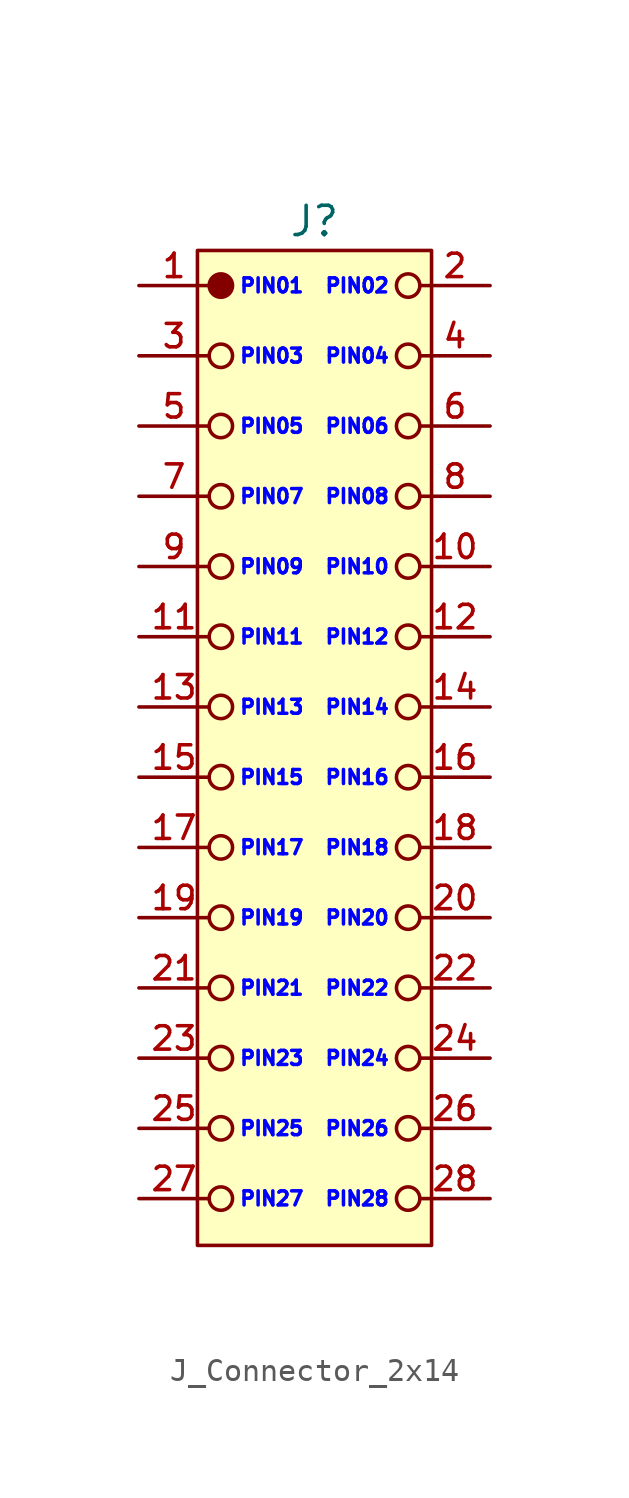
<source format=kicad_sym>
(kicad_symbol_lib
  (version 20241209)
  (generator "kicad_symbol_editor")
  (generator_version "9.0")
  (symbol "J_Connector_2x14"
    (pin_names
      (offset 0)
      (hide yes))
    (property "Reference" "J"
      (at 7.5 2.75 0)
      (do_not_autoplace)
      (effects (font (size 1.25 1.25))))
    (property "PIN_01" "PIN01"
      (at 4.25 0 0)
      (do_not_autoplace)
      (effects (font (size 0.6 0.6) (color 0 0 255 1)) (justify left)))
    (property "PIN_02" "PIN02"
      (at 10.75 0 0)
      (do_not_autoplace)
      (effects (font (size 0.6 0.6) (color 0 0 255 1)) (justify right)))
    (property "PIN_03" "PIN03"
      (at 4.25 -3 0)
      (do_not_autoplace)
      (effects (font (size 0.6 0.6) (color 0 0 255 1)) (justify left)))
    (property "PIN_04" "PIN04"
      (at 10.75 -3 0)
      (do_not_autoplace)
      (effects (font (size 0.6 0.6) (color 0 0 255 1)) (justify right)))
    (property "PIN_05" "PIN05"
      (at 4.25 -6 0)
      (do_not_autoplace)
      (effects (font (size 0.6 0.6) (color 0 0 255 1)) (justify left)))
    (property "PIN_06" "PIN06"
      (at 10.75 -6 0)
      (do_not_autoplace)
      (effects (font (size 0.6 0.6) (color 0 0 255 1)) (justify right)))
    (property "PIN_07" "PIN07"
      (at 4.25 -9 0)
      (do_not_autoplace)
      (effects (font (size 0.6 0.6) (color 0 0 255 1)) (justify left)))
    (property "PIN_08" "PIN08"
      (at 10.75 -9 0)
      (do_not_autoplace)
      (effects (font (size 0.6 0.6) (color 0 0 255 1)) (justify right)))
    (property "PIN_09" "PIN09"
      (at 4.25 -12 0)
      (do_not_autoplace)
      (effects (font (size 0.6 0.6) (color 0 0 255 1)) (justify left)))
    (property "PIN_10" "PIN10"
      (at 10.75 -12 0)
      (do_not_autoplace)
      (effects (font (size 0.6 0.6) (color 0 0 255 1)) (justify right)))
    (property "PIN_11" "PIN11"
      (at 4.25 -15 0)
      (do_not_autoplace)
      (effects (font (size 0.6 0.6) (color 0 0 255 1)) (justify left)))
    (property "PIN_12" "PIN12"
      (at 10.75 -15 0)
      (do_not_autoplace)
      (effects (font (size 0.6 0.6) (color 0 0 255 1)) (justify right)))
    (property "PIN_13" "PIN13"
      (at 4.25 -18 0)
      (do_not_autoplace)
      (effects (font (size 0.6 0.6) (color 0 0 255 1)) (justify left)))
    (property "PIN_14" "PIN14"
      (at 10.75 -18 0)
      (do_not_autoplace)
      (effects (font (size 0.6 0.6) (color 0 0 255 1)) (justify right)))
    (property "PIN_15" "PIN15"
      (at 4.25 -21 0)
      (do_not_autoplace)
      (effects (font (size 0.6 0.6) (color 0 0 255 1)) (justify left)))
    (property "PIN_16" "PIN16"
      (at 10.75 -21 0)
      (do_not_autoplace)
      (effects (font (size 0.6 0.6) (color 0 0 255 1)) (justify right)))
    (property "PIN_17" "PIN17"
      (at 4.25 -24 0)
      (effects (font (size 0.6 0.6) (color 0 0 255 1)) (justify left)))
    (property "PIN_18" "PIN18"
      (at 10.75 -24 0)
      (effects (font (size 0.6 0.6) (color 0 0 255 1)) (justify right)))
    (property "PIN_19" "PIN19"
      (at 4.25 -27 0)
      (effects (font (size 0.6 0.6) (color 0 0 255 1)) (justify left)))
    (property "PIN_20" "PIN20"
      (at 10.75 -27 0)
      (effects (font (size 0.6 0.6) (color 0 0 255 1)) (justify right)))
    (property "PIN_21" "PIN21"
      (at 4.25 -30 0)
      (effects (font (size 0.6 0.6) (color 0 0 255 1)) (justify left)))
    (property "PIN_22" "PIN22"
      (at 10.75 -30 0)
      (effects (font (size 0.6 0.6) (color 0 0 255 1)) (justify right)))
    (property "PIN_23" "PIN23"
      (at 4.25 -33 0)
      (effects (font (size 0.6 0.6) (color 0 0 255 1)) (justify left)))
    (property "PIN_24" "PIN24"
      (at 10.75 -33 0)
      (effects (font (size 0.6 0.6) (color 0 0 255 1)) (justify right)))
    (property "PIN_25" "PIN25"
      (at 4.25 -36 0)
      (effects (font (size 0.6 0.6) (color 0 0 255 1)) (justify left)))
    (property "PIN_26" "PIN26"
      (at 10.75 -36 0)
      (effects (font (size 0.6 0.6) (color 0 0 255 1)) (justify right)))
    (property "PIN_27" "PIN27"
      (at 4.25 -39 0)
      (effects (font (size 0.6 0.6) (color 0 0 255 1)) (justify left)))
    (property "PIN_28" "PIN28"
      (at 10.75 -39 0)
      (effects (font (size 0.6 0.6) (color 0 0 255 1)) (justify right)))
    (symbol "J_Connector_2x14_0_1"
      (circle (center 3.5 -3) (radius 0.5) (stroke (width 0) (type default)) (fill (type none)))
      (circle (center 3.5 -6) (radius 0.5) (stroke (width 0) (type default)) (fill (type none)))
      (circle (center 3.5 -9) (radius 0.5) (stroke (width 0) (type default)) (fill (type none)))
      (circle (center 3.5 -12) (radius 0.5) (stroke (width 0) (type default)) (fill (type none)))
      (circle (center 3.5 -15) (radius 0.5) (stroke (width 0) (type default)) (fill (type none)))
      (circle (center 3.5 -18) (radius 0.5) (stroke (width 0) (type default)) (fill (type none)))
      (circle (center 3.5 -21) (radius 0.5) (stroke (width 0) (type default)) (fill (type none)))
      (circle (center 3.5 -27) (radius 0.5) (stroke (width 0) (type default)) (fill (type none)))
      (circle (center 3.5 -30) (radius 0.5) (stroke (width 0) (type default)) (fill (type none)))
      (circle (center 3.5 -33) (radius 0.5) (stroke (width 0) (type default)) (fill (type none)))
      (circle (center 3.5 -36) (radius 0.5) (stroke (width 0) (type default)) (fill (type none)))
      (circle (center 3.5 -39) (radius 0.5) (stroke (width 0) (type default)) (fill (type none)))
      (circle (center 11.5 0) (radius 0.5) (stroke (width 0) (type default)) (fill (type none)))
      (circle (center 11.5 -3) (radius 0.5) (stroke (width 0) (type default)) (fill (type none)))
      (circle (center 11.5 -6) (radius 0.5) (stroke (width 0) (type default)) (fill (type none)))
      (circle (center 11.5 -9) (radius 0.5) (stroke (width 0) (type default)) (fill (type none)))
      (circle (center 11.5 -12) (radius 0.5) (stroke (width 0) (type default)) (fill (type none)))
      (circle (center 11.5 -15) (radius 0.5) (stroke (width 0) (type default)) (fill (type none)))
      (circle (center 11.5 -18) (radius 0.5) (stroke (width 0) (type default)) (fill (type none)))
      (circle (center 11.5 -21) (radius 0.5) (stroke (width 0) (type default)) (fill (type none)))
      (circle (center 11.5 -24) (radius 0.5) (stroke (width 0) (type default)) (fill (type none)))
      (circle (center 11.5 -27) (radius 0.5) (stroke (width 0) (type default)) (fill (type none)))
      (circle (center 11.5 -30) (radius 0.5) (stroke (width 0) (type default)) (fill (type none)))
      (circle (center 11.5 -33) (radius 0.5) (stroke (width 0) (type default)) (fill (type none)))
      (circle (center 11.5 -36) (radius 0.5) (stroke (width 0) (type default)) (fill (type none)))
      (circle (center 11.5 -39) (radius 0.5) (stroke (width 0) (type default)) (fill (type none))))
    (symbol "J_Connector_2x14_1_1"
      (rectangle (start 2.5 1.5) (end 12.5 -41) (stroke (width 0) (type default)) (fill (type background)))
      (circle (center 3.5 0) (radius 0.5) (stroke (width 0) (type default)) (fill (type outline)))
      (circle (center 3.5 -24) (radius 0.5) (stroke (width 0) (type default)) (fill (type none)))
      (pin passive line (at 0 0 0) (length 3) (name "1" (effects (font (size 1 1)))) (number "1" (effects (font (size 1 1)))))
      (pin passive line (at 0 -3 0) (length 3) (name "3" (effects (font (size 1 1)))) (number "3" (effects (font (size 1 1)))))
      (pin passive line (at 0 -6 0) (length 3) (name "5" (effects (font (size 1 1)))) (number "5" (effects (font (size 1 1)))))
      (pin passive line (at 0 -9 0) (length 3) (name "7" (effects (font (size 1 1)))) (number "7" (effects (font (size 1 1)))))
      (pin passive line (at 0 -12 0) (length 3) (name "9" (effects (font (size 1 1)))) (number "9" (effects (font (size 1 1)))))
      (pin passive line (at 0 -15 0) (length 3) (name "11" (effects (font (size 1 1)))) (number "11" (effects (font (size 1 1)))))
      (pin passive line (at 0 -18 0) (length 3) (name "13" (effects (font (size 1 1)))) (number "13" (effects (font (size 1 1)))))
      (pin passive line (at 0 -21 0) (length 3) (name "15" (effects (font (size 1 1)))) (number "15" (effects (font (size 1 1)))))
      (pin passive line (at 0 -24 0) (length 3) (name "17" (effects (font (size 1 1)))) (number "17" (effects (font (size 1 1)))))
      (pin passive line (at 0 -27 0) (length 3) (name "19" (effects (font (size 1 1)))) (number "19" (effects (font (size 1 1)))))
      (pin passive line (at 0 -30 0) (length 3) (name "21" (effects (font (size 1 1)))) (number "21" (effects (font (size 1 1)))))
      (pin passive line (at 0 -33 0) (length 3) (name "23" (effects (font (size 1 1)))) (number "23" (effects (font (size 1 1)))))
      (pin passive line (at 0 -36 0) (length 3) (name "25" (effects (font (size 1 1)))) (number "25" (effects (font (size 1 1)))))
      (pin passive line (at 0 -39 0) (length 3) (name "27" (effects (font (size 1 1)))) (number "27" (effects (font (size 1 1)))))
      (pin passive line (at 15 0 180) (length 3) (name "2" (effects (font (size 1 1)))) (number "2" (effects (font (size 1 1)))))
      (pin passive line (at 15 -3 180) (length 3) (name "4" (effects (font (size 1 1)))) (number "4" (effects (font (size 1 1)))))
      (pin passive line (at 15 -6 180) (length 3) (name "6" (effects (font (size 1 1)))) (number "6" (effects (font (size 1 1)))))
      (pin passive line (at 15 -9 180) (length 3) (name "8" (effects (font (size 1 1)))) (number "8" (effects (font (size 1 1)))))
      (pin passive line (at 15 -12 180) (length 3) (name "10" (effects (font (size 1 1)))) (number "10" (effects (font (size 1 1)))))
      (pin passive line (at 15 -15 180) (length 3) (name "12" (effects (font (size 1 1)))) (number "12" (effects (font (size 1 1)))))
      (pin passive line (at 15 -18 180) (length 3) (name "14" (effects (font (size 1 1)))) (number "14" (effects (font (size 1 1)))))
      (pin passive line (at 15 -21 180) (length 3) (name "16" (effects (font (size 1 1)))) (number "16" (effects (font (size 1 1)))))
      (pin passive line (at 15 -24 180) (length 3) (name "18" (effects (font (size 1 1)))) (number "18" (effects (font (size 1 1)))))
      (pin passive line (at 15 -27 180) (length 3) (name "20" (effects (font (size 1 1)))) (number "20" (effects (font (size 1 1)))))
      (pin passive line (at 15 -30 180) (length 3) (name "22" (effects (font (size 1 1)))) (number "22" (effects (font (size 1 1)))))
      (pin passive line (at 15 -33 180) (length 3) (name "24" (effects (font (size 1 1)))) (number "24" (effects (font (size 1 1)))))
      (pin passive line (at 15 -36 180) (length 3) (name "26" (effects (font (size 1 1)))) (number "26" (effects (font (size 1 1)))))
      (pin passive line (at 15 -39 180) (length 3) (name "28" (effects (font (size 1 1)))) (number "28" (effects (font (size 1 1))))))))
</source>
